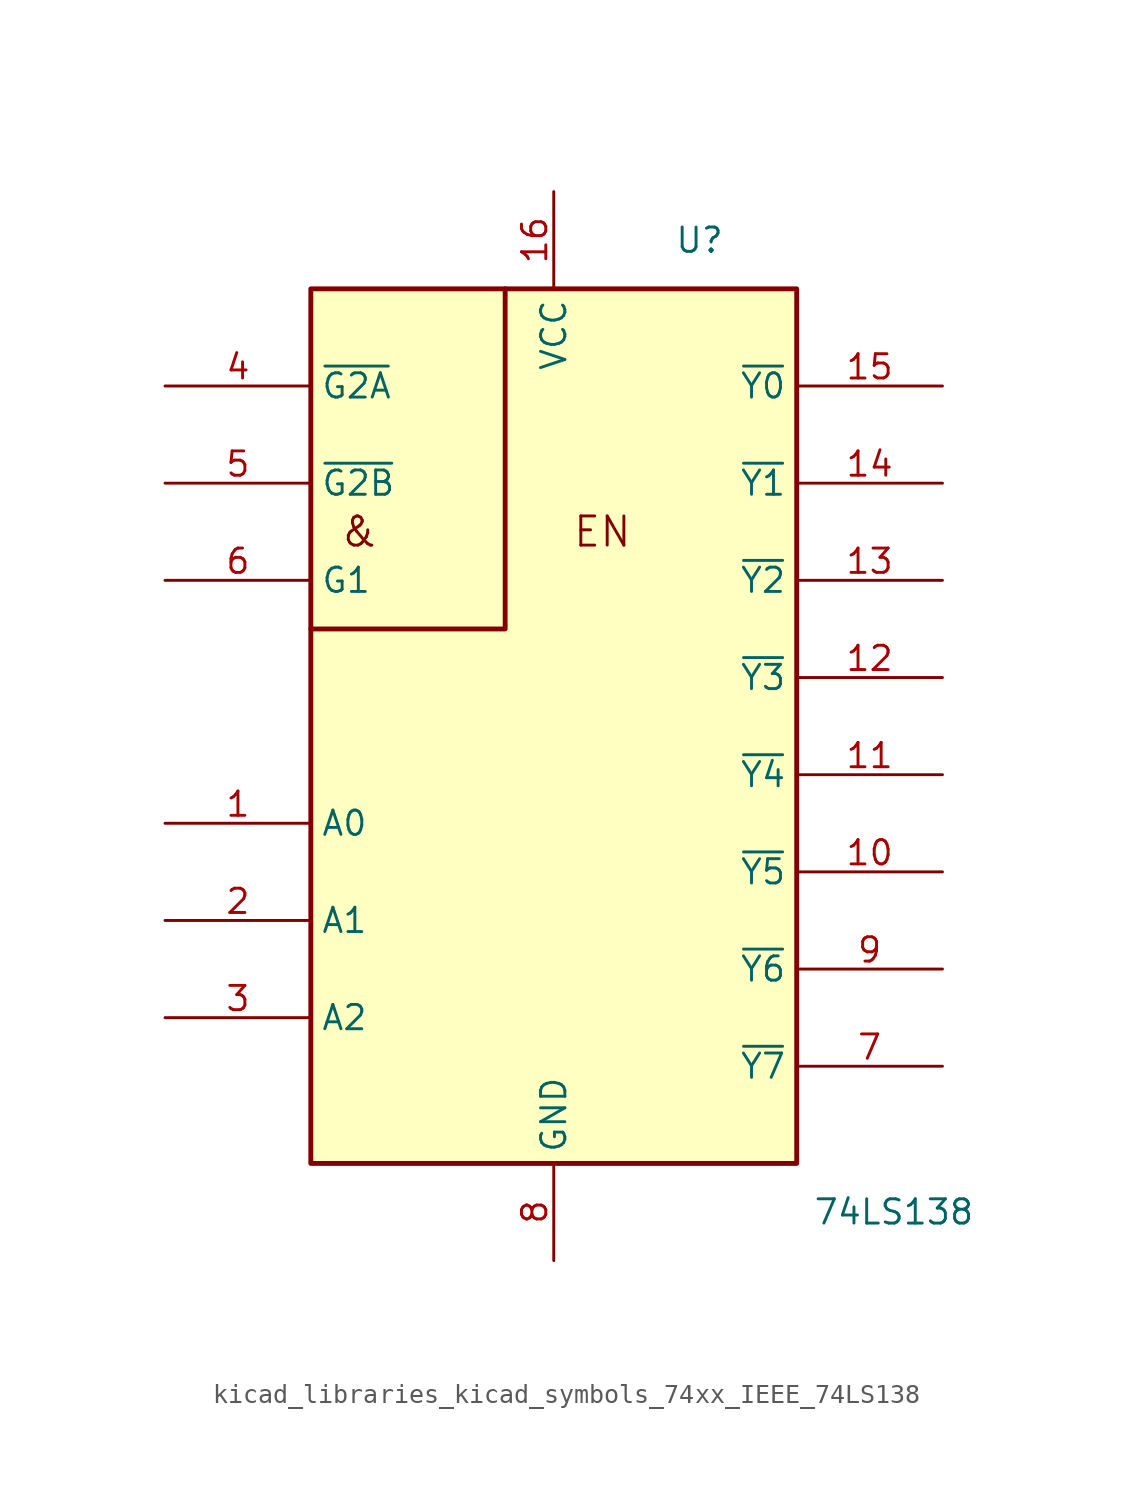
<source format=kicad_sym>
(kicad_symbol_lib
  (version 20220914)
  (generator kicad_symbol_editor)
  (symbol "kicad_libraries_kicad_symbols_74xx_IEEE_74LS138"
    (property "Reference" "U"
      (at 7.62 17.78 0)
      (effects (font (size 1.27 1.27))))
    (property "Value" "74LS138"
      (at 17.78 -33.02 0)
      (effects (font (size 1.27 1.27))))
    (symbol "kicad_libraries_kicad_symbols_74xx_IEEE_74LS138_0_0"
      (polyline (pts (xy -2.54 15.24) (xy -2.54 -2.54) (xy -12.7 -2.54) (xy -12.7 -2.54)) (stroke (width 0.254) (type default)) (fill (type background)))
      (text "&" (at -10.16 2.54 0) (effects (font (size 1.524 1.524))))
      (text "EN" (at 2.54 2.54 0) (effects (font (size 1.524 1.524))))
      (pin power_in line (at 0 20.32 270) (length 5.08) (name "VCC" (effects (font (size 1.27 1.27)))) (number "16" (effects (font (size 1.27 1.27))))))
    (symbol "kicad_libraries_kicad_symbols_74xx_IEEE_74LS138_0_1"
      (rectangle (start -12.7 15.24) (end 12.7 -30.48) (stroke (width 0.254) (type default)) (fill (type background))))
    (symbol "kicad_libraries_kicad_symbols_74xx_IEEE_74LS138_1_1"
      (pin input line (at -20.32 -12.7 0) (length 7.62) (name "A0" (effects (font (size 1.27 1.27)))) (number "1" (effects (font (size 1.27 1.27)))))
      (pin output line (at 20.32 -15.24 180) (length 7.62) (name "~{Y5}" (effects (font (size 1.27 1.27)))) (number "10" (effects (font (size 1.27 1.27)))))
      (pin output line (at 20.32 -10.16 180) (length 7.62) (name "~{Y4}" (effects (font (size 1.27 1.27)))) (number "11" (effects (font (size 1.27 1.27)))))
      (pin output line (at 20.32 -5.08 180) (length 7.62) (name "~{Y3}" (effects (font (size 1.27 1.27)))) (number "12" (effects (font (size 1.27 1.27)))))
      (pin output line (at 20.32 0 180) (length 7.62) (name "~{Y2}" (effects (font (size 1.27 1.27)))) (number "13" (effects (font (size 1.27 1.27)))))
      (pin output line (at 20.32 5.08 180) (length 7.62) (name "~{Y1}" (effects (font (size 1.27 1.27)))) (number "14" (effects (font (size 1.27 1.27)))))
      (pin output line (at 20.32 10.16 180) (length 7.62) (name "~{Y0}" (effects (font (size 1.27 1.27)))) (number "15" (effects (font (size 1.27 1.27)))))
      (pin input line (at -20.32 -17.78 0) (length 7.62) (name "A1" (effects (font (size 1.27 1.27)))) (number "2" (effects (font (size 1.27 1.27)))))
      (pin input line (at -20.32 -22.86 0) (length 7.62) (name "A2" (effects (font (size 1.27 1.27)))) (number "3" (effects (font (size 1.27 1.27)))))
      (pin input line (at -20.32 10.16 0) (length 7.62) (name "~{G2A}" (effects (font (size 1.27 1.27)))) (number "4" (effects (font (size 1.27 1.27)))))
      (pin input line (at -20.32 5.08 0) (length 7.62) (name "~{G2B}" (effects (font (size 1.27 1.27)))) (number "5" (effects (font (size 1.27 1.27)))))
      (pin input line (at -20.32 0 0) (length 7.62) (name "G1" (effects (font (size 1.27 1.27)))) (number "6" (effects (font (size 1.27 1.27)))))
      (pin output line (at 20.32 -25.4 180) (length 7.62) (name "~{Y7}" (effects (font (size 1.27 1.27)))) (number "7" (effects (font (size 1.27 1.27)))))
      (pin power_in line (at 0 -35.56 90) (length 5.08) (name "GND" (effects (font (size 1.27 1.27)))) (number "8" (effects (font (size 1.27 1.27)))))
      (pin output line (at 20.32 -20.32 180) (length 7.62) (name "~{Y6}" (effects (font (size 1.27 1.27)))) (number "9" (effects (font (size 1.27 1.27))))))))
</source>
